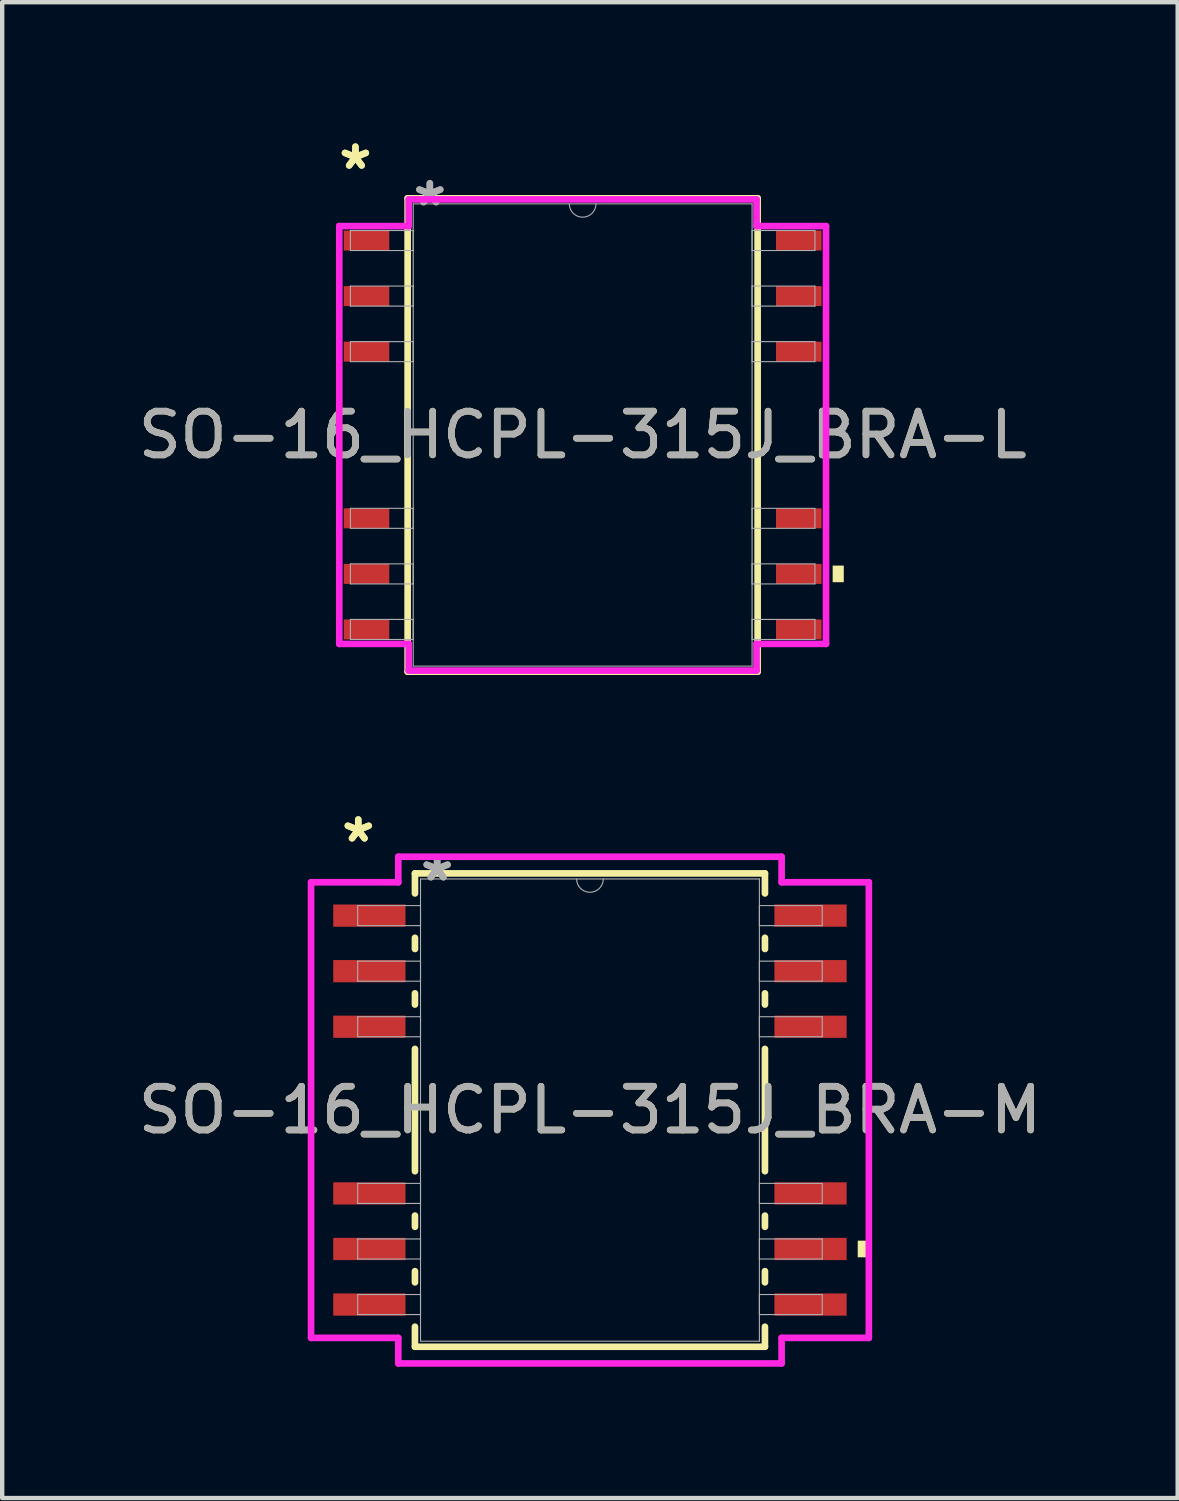
<source format=kicad_pcb>
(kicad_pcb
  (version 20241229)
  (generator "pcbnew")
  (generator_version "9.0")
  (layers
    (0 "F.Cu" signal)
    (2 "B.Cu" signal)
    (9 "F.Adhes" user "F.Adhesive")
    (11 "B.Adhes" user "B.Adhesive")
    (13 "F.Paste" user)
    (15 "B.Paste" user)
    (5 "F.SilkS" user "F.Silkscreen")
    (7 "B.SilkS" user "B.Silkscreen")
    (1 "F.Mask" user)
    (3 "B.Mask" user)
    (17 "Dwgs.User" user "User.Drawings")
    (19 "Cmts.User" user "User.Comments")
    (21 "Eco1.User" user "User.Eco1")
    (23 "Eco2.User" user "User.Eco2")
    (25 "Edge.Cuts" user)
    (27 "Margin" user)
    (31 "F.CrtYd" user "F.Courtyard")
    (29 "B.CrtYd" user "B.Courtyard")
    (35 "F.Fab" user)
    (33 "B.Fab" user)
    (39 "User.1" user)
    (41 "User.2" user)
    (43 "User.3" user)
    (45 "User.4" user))
  (footprint "SO-16_HCPL-315J_BRA-L"
    (layer "F.Cu")
    (at 10.268 6.893)
    (property "Reference" "SO-16_HCPL-315J_BRA-L" (at 0 0 0) (unlocked yes) (layer "F.SilkS") (effects (font (size 1 1) (thickness 0.15))))
    (attr smd)
    (fp_line (start -4 -5.41) (end -4 5.41) (stroke (width 0.152) (type solid)) (layer "F.SilkS"))
    (fp_line (start -4 5.41) (end 4 5.41) (stroke (width 0.152) (type solid)) (layer "F.SilkS"))
    (fp_line (start 4 -5.41) (end -4 -5.41) (stroke (width 0.152) (type solid)) (layer "F.SilkS"))
    (fp_line (start 4 5.41) (end 4 -5.41) (stroke (width 0.152) (type solid)) (layer "F.SilkS"))
    (fp_poly (pts (xy 5.969 2.985) (xy 5.969 3.365) (xy 5.715 3.365) (xy 5.715 2.985)) (stroke (width 0) (type solid)) (fill yes) (layer "F.SilkS"))
    (fp_line (start -5.563 -4.775) (end -3.975 -4.775) (stroke (width 0.152) (type solid)) (layer "F.CrtYd"))
    (fp_line (start -5.563 4.775) (end -5.563 -4.775) (stroke (width 0.152) (type solid)) (layer "F.CrtYd"))
    (fp_line (start -5.563 4.775) (end -3.975 4.775) (stroke (width 0.152) (type solid)) (layer "F.CrtYd"))
    (fp_line (start -3.975 -5.385) (end 3.975 -5.385) (stroke (width 0.152) (type solid)) (layer "F.CrtYd"))
    (fp_line (start -3.975 -4.775) (end -3.975 -5.385) (stroke (width 0.152) (type solid)) (layer "F.CrtYd"))
    (fp_line (start -3.975 5.385) (end -3.975 4.775) (stroke (width 0.152) (type solid)) (layer "F.CrtYd"))
    (fp_line (start 3.975 -5.385) (end 3.975 -4.775) (stroke (width 0.152) (type solid)) (layer "F.CrtYd"))
    (fp_line (start 3.975 4.775) (end 3.975 5.385) (stroke (width 0.152) (type solid)) (layer "F.CrtYd"))
    (fp_line (start 3.975 5.385) (end -3.975 5.385) (stroke (width 0.152) (type solid)) (layer "F.CrtYd"))
    (fp_line (start 5.563 -4.775) (end 3.975 -4.775) (stroke (width 0.152) (type solid)) (layer "F.CrtYd"))
    (fp_line (start 5.563 -4.775) (end 5.563 4.775) (stroke (width 0.152) (type solid)) (layer "F.CrtYd"))
    (fp_line (start 5.563 4.775) (end 3.975 4.775) (stroke (width 0.152) (type solid)) (layer "F.CrtYd"))
    (fp_line (start -5.309 -4.674) (end -5.309 -4.216) (stroke (width 0.025) (type solid)) (layer "F.Fab"))
    (fp_line (start -5.309 -4.216) (end -3.873 -4.216) (stroke (width 0.025) (type solid)) (layer "F.Fab"))
    (fp_line (start -5.309 -3.404) (end -5.309 -2.946) (stroke (width 0.025) (type solid)) (layer "F.Fab"))
    (fp_line (start -5.309 -2.946) (end -3.873 -2.946) (stroke (width 0.025) (type solid)) (layer "F.Fab"))
    (fp_line (start -5.309 -2.134) (end -5.309 -1.676) (stroke (width 0.025) (type solid)) (layer "F.Fab"))
    (fp_line (start -5.309 -1.676) (end -3.873 -1.676) (stroke (width 0.025) (type solid)) (layer "F.Fab"))
    (fp_line (start -5.309 1.676) (end -5.309 2.134) (stroke (width 0.025) (type solid)) (layer "F.Fab"))
    (fp_line (start -5.309 2.134) (end -3.873 2.134) (stroke (width 0.025) (type solid)) (layer "F.Fab"))
    (fp_line (start -5.309 2.946) (end -5.309 3.404) (stroke (width 0.025) (type solid)) (layer "F.Fab"))
    (fp_line (start -5.309 3.404) (end -3.873 3.404) (stroke (width 0.025) (type solid)) (layer "F.Fab"))
    (fp_line (start -5.309 4.216) (end -5.309 4.674) (stroke (width 0.025) (type solid)) (layer "F.Fab"))
    (fp_line (start -5.309 4.674) (end -3.873 4.674) (stroke (width 0.025) (type solid)) (layer "F.Fab"))
    (fp_line (start -3.873 -5.283) (end -3.873 5.283) (stroke (width 0.025) (type solid)) (layer "F.Fab"))
    (fp_line (start -3.873 -4.674) (end -5.309 -4.674) (stroke (width 0.025) (type solid)) (layer "F.Fab"))
    (fp_line (start -3.873 -4.216) (end -3.873 -4.674) (stroke (width 0.025) (type solid)) (layer "F.Fab"))
    (fp_line (start -3.873 -3.404) (end -5.309 -3.404) (stroke (width 0.025) (type solid)) (layer "F.Fab"))
    (fp_line (start -3.873 -2.946) (end -3.873 -3.404) (stroke (width 0.025) (type solid)) (layer "F.Fab"))
    (fp_line (start -3.873 -2.134) (end -5.309 -2.134) (stroke (width 0.025) (type solid)) (layer "F.Fab"))
    (fp_line (start -3.873 -1.676) (end -3.873 -2.134) (stroke (width 0.025) (type solid)) (layer "F.Fab"))
    (fp_line (start -3.873 1.676) (end -5.309 1.676) (stroke (width 0.025) (type solid)) (layer "F.Fab"))
    (fp_line (start -3.873 2.134) (end -3.873 1.676) (stroke (width 0.025) (type solid)) (layer "F.Fab"))
    (fp_line (start -3.873 2.946) (end -5.309 2.946) (stroke (width 0.025) (type solid)) (layer "F.Fab"))
    (fp_line (start -3.873 3.404) (end -3.873 2.946) (stroke (width 0.025) (type solid)) (layer "F.Fab"))
    (fp_line (start -3.873 4.216) (end -5.309 4.216) (stroke (width 0.025) (type solid)) (layer "F.Fab"))
    (fp_line (start -3.873 4.674) (end -3.873 4.216) (stroke (width 0.025) (type solid)) (layer "F.Fab"))
    (fp_line (start -3.873 5.283) (end 3.873 5.283) (stroke (width 0.025) (type solid)) (layer "F.Fab"))
    (fp_line (start 3.873 -5.283) (end -3.873 -5.283) (stroke (width 0.025) (type solid)) (layer "F.Fab"))
    (fp_line (start 3.873 -4.674) (end 3.873 -4.216) (stroke (width 0.025) (type solid)) (layer "F.Fab"))
    (fp_line (start 3.873 -4.216) (end 5.309 -4.216) (stroke (width 0.025) (type solid)) (layer "F.Fab"))
    (fp_line (start 3.873 -3.404) (end 3.873 -2.946) (stroke (width 0.025) (type solid)) (layer "F.Fab"))
    (fp_line (start 3.873 -2.946) (end 5.309 -2.946) (stroke (width 0.025) (type solid)) (layer "F.Fab"))
    (fp_line (start 3.873 -2.134) (end 3.873 -1.676) (stroke (width 0.025) (type solid)) (layer "F.Fab"))
    (fp_line (start 3.873 -1.676) (end 5.309 -1.676) (stroke (width 0.025) (type solid)) (layer "F.Fab"))
    (fp_line (start 3.873 1.676) (end 3.873 2.134) (stroke (width 0.025) (type solid)) (layer "F.Fab"))
    (fp_line (start 3.873 2.134) (end 5.309 2.134) (stroke (width 0.025) (type solid)) (layer "F.Fab"))
    (fp_line (start 3.873 2.946) (end 3.873 3.404) (stroke (width 0.025) (type solid)) (layer "F.Fab"))
    (fp_line (start 3.873 3.404) (end 5.309 3.404) (stroke (width 0.025) (type solid)) (layer "F.Fab"))
    (fp_line (start 3.873 4.216) (end 3.873 4.674) (stroke (width 0.025) (type solid)) (layer "F.Fab"))
    (fp_line (start 3.873 4.674) (end 5.309 4.674) (stroke (width 0.025) (type solid)) (layer "F.Fab"))
    (fp_line (start 3.873 5.283) (end 3.873 -5.283) (stroke (width 0.025) (type solid)) (layer "F.Fab"))
    (fp_line (start 5.309 -4.674) (end 3.873 -4.674) (stroke (width 0.025) (type solid)) (layer "F.Fab"))
    (fp_line (start 5.309 -4.216) (end 5.309 -4.674) (stroke (width 0.025) (type solid)) (layer "F.Fab"))
    (fp_line (start 5.309 -3.404) (end 3.873 -3.404) (stroke (width 0.025) (type solid)) (layer "F.Fab"))
    (fp_line (start 5.309 -2.946) (end 5.309 -3.404) (stroke (width 0.025) (type solid)) (layer "F.Fab"))
    (fp_line (start 5.309 -2.134) (end 3.873 -2.134) (stroke (width 0.025) (type solid)) (layer "F.Fab"))
    (fp_line (start 5.309 -1.676) (end 5.309 -2.134) (stroke (width 0.025) (type solid)) (layer "F.Fab"))
    (fp_line (start 5.309 1.676) (end 3.873 1.676) (stroke (width 0.025) (type solid)) (layer "F.Fab"))
    (fp_line (start 5.309 2.134) (end 5.309 1.676) (stroke (width 0.025) (type solid)) (layer "F.Fab"))
    (fp_line (start 5.309 2.946) (end 3.873 2.946) (stroke (width 0.025) (type solid)) (layer "F.Fab"))
    (fp_line (start 5.309 3.404) (end 5.309 2.946) (stroke (width 0.025) (type solid)) (layer "F.Fab"))
    (fp_line (start 5.309 4.216) (end 3.873 4.216) (stroke (width 0.025) (type solid)) (layer "F.Fab"))
    (fp_line (start 5.309 4.674) (end 5.309 4.216) (stroke (width 0.025) (type solid)) (layer "F.Fab"))
    (fp_arc (start 0.3048 -5.2832) (mid 0 -4.9784) (end -0.3048 -5.2832) (stroke (width 0.0254) (type solid)) (layer "F.Fab"))
    (fp_text user "*" (at -5.194 -6.045 0) (layer "F.SilkS") (effects (font (size 1 1) (thickness 0.15))))
    (fp_text user "*" (at -5.194 -6.045 0) (unlocked yes) (layer "F.SilkS") (effects (font (size 1 1) (thickness 0.15))))
    (fp_text user "${REFERENCE}" (at 0 0 0) (unlocked yes) (layer "F.Fab") (effects (font (size 1 1) (thickness 0.15))))
    (fp_text user "*" (at -3.493 -5.207 0) (unlocked yes) (layer "F.Fab") (effects (font (size 1 1) (thickness 0.15))))
    (fp_text user "*" (at -3.493 -5.207 0) (layer "F.Fab") (effects (font (size 1 1) (thickness 0.15))))
    (pad "1" smd rect (at -4.94 -4.445) (size 1.041 0.457) (layers "F.Cu" "F.Mask" "F.Paste"))
    (pad "2" smd rect (at -4.94 -3.175) (size 1.041 0.457) (layers "F.Cu" "F.Mask" "F.Paste"))
    (pad "3" smd rect (at -4.94 -1.905) (size 1.041 0.457) (layers "F.Cu" "F.Mask" "F.Paste"))
    (pad "6" smd rect (at -4.94 1.905) (size 1.041 0.457) (layers "F.Cu" "F.Mask" "F.Paste"))
    (pad "7" smd rect (at -4.94 3.175) (size 1.041 0.457) (layers "F.Cu" "F.Mask" "F.Paste"))
    (pad "8" smd rect (at -4.94 4.445) (size 1.041 0.457) (layers "F.Cu" "F.Mask" "F.Paste"))
    (pad "9" smd rect (at 4.94 4.445) (size 1.041 0.457) (layers "F.Cu" "F.Mask" "F.Paste"))
    (pad "10" smd rect (at 4.94 3.175) (size 1.041 0.457) (layers "F.Cu" "F.Mask" "F.Paste"))
    (pad "11" smd rect (at 4.94 1.905) (size 1.041 0.457) (layers "F.Cu" "F.Mask" "F.Paste"))
    (pad "14" smd rect (at 4.94 -1.905) (size 1.041 0.457) (layers "F.Cu" "F.Mask" "F.Paste"))
    (pad "15" smd rect (at 4.94 -3.175) (size 1.041 0.457) (layers "F.Cu" "F.Mask" "F.Paste"))
    (pad "16" smd rect (at 4.94 -4.445) (size 1.041 0.457) (layers "F.Cu" "F.Mask" "F.Paste")))
  (footprint "SO-16_HCPL-315J_BRA-M"
    (layer "F.Cu")
    (at 10.435 22.324)
    (property "Reference" "SO-16_HCPL-315J_BRA-M" (at 0 0 0) (unlocked yes) (layer "F.SilkS") (effects (font (size 1 1) (thickness 0.15))))
    (attr smd)
    (fp_line (start -4 -5.41) (end -4 -4.952) (stroke (width 0.152) (type solid)) (layer "F.SilkS"))
    (fp_line (start -4 -3.938) (end -4 -3.682) (stroke (width 0.152) (type solid)) (layer "F.SilkS"))
    (fp_line (start -4 -2.668) (end -4 -2.412) (stroke (width 0.152) (type solid)) (layer "F.SilkS"))
    (fp_line (start -4 -1.398) (end -4 1.398) (stroke (width 0.152) (type solid)) (layer "F.SilkS"))
    (fp_line (start -4 2.412) (end -4 2.668) (stroke (width 0.152) (type solid)) (layer "F.SilkS"))
    (fp_line (start -4 3.682) (end -4 3.938) (stroke (width 0.152) (type solid)) (layer "F.SilkS"))
    (fp_line (start -4 4.952) (end -4 5.41) (stroke (width 0.152) (type solid)) (layer "F.SilkS"))
    (fp_line (start -4 5.41) (end 4 5.41) (stroke (width 0.152) (type solid)) (layer "F.SilkS"))
    (fp_line (start 4 -5.41) (end -4 -5.41) (stroke (width 0.152) (type solid)) (layer "F.SilkS"))
    (fp_line (start 4 -4.952) (end 4 -5.41) (stroke (width 0.152) (type solid)) (layer "F.SilkS"))
    (fp_line (start 4 -3.682) (end 4 -3.938) (stroke (width 0.152) (type solid)) (layer "F.SilkS"))
    (fp_line (start 4 -2.412) (end 4 -2.668) (stroke (width 0.152) (type solid)) (layer "F.SilkS"))
    (fp_line (start 4 1.398) (end 4 -1.398) (stroke (width 0.152) (type solid)) (layer "F.SilkS"))
    (fp_line (start 4 2.668) (end 4 2.412) (stroke (width 0.152) (type solid)) (layer "F.SilkS"))
    (fp_line (start 4 3.938) (end 4 3.682) (stroke (width 0.152) (type solid)) (layer "F.SilkS"))
    (fp_line (start 4 5.41) (end 4 4.952) (stroke (width 0.152) (type solid)) (layer "F.SilkS"))
    (fp_poly (pts (xy 6.375 2.985) (xy 6.375 3.365) (xy 6.121 3.365) (xy 6.121 2.985)) (stroke (width 0) (type solid)) (fill yes) (layer "F.SilkS"))
    (fp_line (start -6.375 -5.207) (end -4.381 -5.207) (stroke (width 0.152) (type solid)) (layer "F.CrtYd"))
    (fp_line (start -6.375 5.207) (end -6.375 -5.207) (stroke (width 0.152) (type solid)) (layer "F.CrtYd"))
    (fp_line (start -6.375 5.207) (end -4.381 5.207) (stroke (width 0.152) (type solid)) (layer "F.CrtYd"))
    (fp_line (start -4.381 -5.791) (end 4.381 -5.791) (stroke (width 0.152) (type solid)) (layer "F.CrtYd"))
    (fp_line (start -4.381 -5.207) (end -4.381 -5.791) (stroke (width 0.152) (type solid)) (layer "F.CrtYd"))
    (fp_line (start -4.381 5.791) (end -4.381 5.207) (stroke (width 0.152) (type solid)) (layer "F.CrtYd"))
    (fp_line (start 4.381 -5.791) (end 4.381 -5.207) (stroke (width 0.152) (type solid)) (layer "F.CrtYd"))
    (fp_line (start 4.381 5.207) (end 4.381 5.791) (stroke (width 0.152) (type solid)) (layer "F.CrtYd"))
    (fp_line (start 4.381 5.791) (end -4.381 5.791) (stroke (width 0.152) (type solid)) (layer "F.CrtYd"))
    (fp_line (start 6.375 -5.207) (end 4.381 -5.207) (stroke (width 0.152) (type solid)) (layer "F.CrtYd"))
    (fp_line (start 6.375 -5.207) (end 6.375 5.207) (stroke (width 0.152) (type solid)) (layer "F.CrtYd"))
    (fp_line (start 6.375 5.207) (end 4.381 5.207) (stroke (width 0.152) (type solid)) (layer "F.CrtYd"))
    (fp_line (start -5.309 -4.674) (end -5.309 -4.216) (stroke (width 0.025) (type solid)) (layer "F.Fab"))
    (fp_line (start -5.309 -4.216) (end -3.873 -4.216) (stroke (width 0.025) (type solid)) (layer "F.Fab"))
    (fp_line (start -5.309 -3.404) (end -5.309 -2.946) (stroke (width 0.025) (type solid)) (layer "F.Fab"))
    (fp_line (start -5.309 -2.946) (end -3.873 -2.946) (stroke (width 0.025) (type solid)) (layer "F.Fab"))
    (fp_line (start -5.309 -2.134) (end -5.309 -1.676) (stroke (width 0.025) (type solid)) (layer "F.Fab"))
    (fp_line (start -5.309 -1.676) (end -3.873 -1.676) (stroke (width 0.025) (type solid)) (layer "F.Fab"))
    (fp_line (start -5.309 1.676) (end -5.309 2.134) (stroke (width 0.025) (type solid)) (layer "F.Fab"))
    (fp_line (start -5.309 2.134) (end -3.873 2.134) (stroke (width 0.025) (type solid)) (layer "F.Fab"))
    (fp_line (start -5.309 2.946) (end -5.309 3.404) (stroke (width 0.025) (type solid)) (layer "F.Fab"))
    (fp_line (start -5.309 3.404) (end -3.873 3.404) (stroke (width 0.025) (type solid)) (layer "F.Fab"))
    (fp_line (start -5.309 4.216) (end -5.309 4.674) (stroke (width 0.025) (type solid)) (layer "F.Fab"))
    (fp_line (start -5.309 4.674) (end -3.873 4.674) (stroke (width 0.025) (type solid)) (layer "F.Fab"))
    (fp_line (start -3.873 -5.283) (end -3.873 5.283) (stroke (width 0.025) (type solid)) (layer "F.Fab"))
    (fp_line (start -3.873 -4.674) (end -5.309 -4.674) (stroke (width 0.025) (type solid)) (layer "F.Fab"))
    (fp_line (start -3.873 -4.216) (end -3.873 -4.674) (stroke (width 0.025) (type solid)) (layer "F.Fab"))
    (fp_line (start -3.873 -3.404) (end -5.309 -3.404) (stroke (width 0.025) (type solid)) (layer "F.Fab"))
    (fp_line (start -3.873 -2.946) (end -3.873 -3.404) (stroke (width 0.025) (type solid)) (layer "F.Fab"))
    (fp_line (start -3.873 -2.134) (end -5.309 -2.134) (stroke (width 0.025) (type solid)) (layer "F.Fab"))
    (fp_line (start -3.873 -1.676) (end -3.873 -2.134) (stroke (width 0.025) (type solid)) (layer "F.Fab"))
    (fp_line (start -3.873 1.676) (end -5.309 1.676) (stroke (width 0.025) (type solid)) (layer "F.Fab"))
    (fp_line (start -3.873 2.134) (end -3.873 1.676) (stroke (width 0.025) (type solid)) (layer "F.Fab"))
    (fp_line (start -3.873 2.946) (end -5.309 2.946) (stroke (width 0.025) (type solid)) (layer "F.Fab"))
    (fp_line (start -3.873 3.404) (end -3.873 2.946) (stroke (width 0.025) (type solid)) (layer "F.Fab"))
    (fp_line (start -3.873 4.216) (end -5.309 4.216) (stroke (width 0.025) (type solid)) (layer "F.Fab"))
    (fp_line (start -3.873 4.674) (end -3.873 4.216) (stroke (width 0.025) (type solid)) (layer "F.Fab"))
    (fp_line (start -3.873 5.283) (end 3.873 5.283) (stroke (width 0.025) (type solid)) (layer "F.Fab"))
    (fp_line (start 3.873 -5.283) (end -3.873 -5.283) (stroke (width 0.025) (type solid)) (layer "F.Fab"))
    (fp_line (start 3.873 -4.674) (end 3.873 -4.216) (stroke (width 0.025) (type solid)) (layer "F.Fab"))
    (fp_line (start 3.873 -4.216) (end 5.309 -4.216) (stroke (width 0.025) (type solid)) (layer "F.Fab"))
    (fp_line (start 3.873 -3.404) (end 3.873 -2.946) (stroke (width 0.025) (type solid)) (layer "F.Fab"))
    (fp_line (start 3.873 -2.946) (end 5.309 -2.946) (stroke (width 0.025) (type solid)) (layer "F.Fab"))
    (fp_line (start 3.873 -2.134) (end 3.873 -1.676) (stroke (width 0.025) (type solid)) (layer "F.Fab"))
    (fp_line (start 3.873 -1.676) (end 5.309 -1.676) (stroke (width 0.025) (type solid)) (layer "F.Fab"))
    (fp_line (start 3.873 1.676) (end 3.873 2.134) (stroke (width 0.025) (type solid)) (layer "F.Fab"))
    (fp_line (start 3.873 2.134) (end 5.309 2.134) (stroke (width 0.025) (type solid)) (layer "F.Fab"))
    (fp_line (start 3.873 2.946) (end 3.873 3.404) (stroke (width 0.025) (type solid)) (layer "F.Fab"))
    (fp_line (start 3.873 3.404) (end 5.309 3.404) (stroke (width 0.025) (type solid)) (layer "F.Fab"))
    (fp_line (start 3.873 4.216) (end 3.873 4.674) (stroke (width 0.025) (type solid)) (layer "F.Fab"))
    (fp_line (start 3.873 4.674) (end 5.309 4.674) (stroke (width 0.025) (type solid)) (layer "F.Fab"))
    (fp_line (start 3.873 5.283) (end 3.873 -5.283) (stroke (width 0.025) (type solid)) (layer "F.Fab"))
    (fp_line (start 5.309 -4.674) (end 3.873 -4.674) (stroke (width 0.025) (type solid)) (layer "F.Fab"))
    (fp_line (start 5.309 -4.216) (end 5.309 -4.674) (stroke (width 0.025) (type solid)) (layer "F.Fab"))
    (fp_line (start 5.309 -3.404) (end 3.873 -3.404) (stroke (width 0.025) (type solid)) (layer "F.Fab"))
    (fp_line (start 5.309 -2.946) (end 5.309 -3.404) (stroke (width 0.025) (type solid)) (layer "F.Fab"))
    (fp_line (start 5.309 -2.134) (end 3.873 -2.134) (stroke (width 0.025) (type solid)) (layer "F.Fab"))
    (fp_line (start 5.309 -1.676) (end 5.309 -2.134) (stroke (width 0.025) (type solid)) (layer "F.Fab"))
    (fp_line (start 5.309 1.676) (end 3.873 1.676) (stroke (width 0.025) (type solid)) (layer "F.Fab"))
    (fp_line (start 5.309 2.134) (end 5.309 1.676) (stroke (width 0.025) (type solid)) (layer "F.Fab"))
    (fp_line (start 5.309 2.946) (end 3.873 2.946) (stroke (width 0.025) (type solid)) (layer "F.Fab"))
    (fp_line (start 5.309 3.404) (end 5.309 2.946) (stroke (width 0.025) (type solid)) (layer "F.Fab"))
    (fp_line (start 5.309 4.216) (end 3.873 4.216) (stroke (width 0.025) (type solid)) (layer "F.Fab"))
    (fp_line (start 5.309 4.674) (end 5.309 4.216) (stroke (width 0.025) (type solid)) (layer "F.Fab"))
    (fp_arc (start 0.3048 -5.2832) (mid 0 -4.9784) (end -0.3048 -5.2832) (stroke (width 0.0254) (type solid)) (layer "F.Fab"))
    (fp_text user "*" (at -5.296 -6.096 0) (unlocked yes) (layer "F.SilkS") (effects (font (size 1 1) (thickness 0.15))))
    (fp_text user "*" (at -5.296 -6.096 0) (layer "F.SilkS") (effects (font (size 1 1) (thickness 0.15))))
    (fp_text user "${REFERENCE}" (at 0 0 0) (unlocked yes) (layer "F.Fab") (effects (font (size 1 1) (thickness 0.15))))
    (fp_text user "*" (at -3.493 -5.207 0) (unlocked yes) (layer "F.Fab") (effects (font (size 1 1) (thickness 0.15))))
    (fp_text user "*" (at -3.493 -5.207 0) (layer "F.Fab") (effects (font (size 1 1) (thickness 0.15))))
    (pad "1" smd rect (at -5.042 -4.445) (size 1.651 0.508) (layers "F.Cu" "F.Mask" "F.Paste"))
    (pad "2" smd rect (at -5.042 -3.175) (size 1.651 0.508) (layers "F.Cu" "F.Mask" "F.Paste"))
    (pad "3" smd rect (at -5.042 -1.905) (size 1.651 0.508) (layers "F.Cu" "F.Mask" "F.Paste"))
    (pad "6" smd rect (at -5.042 1.905) (size 1.651 0.508) (layers "F.Cu" "F.Mask" "F.Paste"))
    (pad "7" smd rect (at -5.042 3.175) (size 1.651 0.508) (layers "F.Cu" "F.Mask" "F.Paste"))
    (pad "8" smd rect (at -5.042 4.445) (size 1.651 0.508) (layers "F.Cu" "F.Mask" "F.Paste"))
    (pad "9" smd rect (at 5.042 4.445) (size 1.651 0.508) (layers "F.Cu" "F.Mask" "F.Paste"))
    (pad "10" smd rect (at 5.042 3.175) (size 1.651 0.508) (layers "F.Cu" "F.Mask" "F.Paste"))
    (pad "11" smd rect (at 5.042 1.905) (size 1.651 0.508) (layers "F.Cu" "F.Mask" "F.Paste"))
    (pad "14" smd rect (at 5.042 -1.905) (size 1.651 0.508) (layers "F.Cu" "F.Mask" "F.Paste"))
    (pad "15" smd rect (at 5.042 -3.175) (size 1.651 0.508) (layers "F.Cu" "F.Mask" "F.Paste"))
    (pad "16" smd rect (at 5.042 -4.445) (size 1.651 0.508) (layers "F.Cu" "F.Mask" "F.Paste")))
  (gr_rect
    (start -3 -3)
    (end 23.869 31.192)
    (stroke (width 0.1) (type default))
    (fill no)
    (layer "Edge.Cuts")))
</source>
